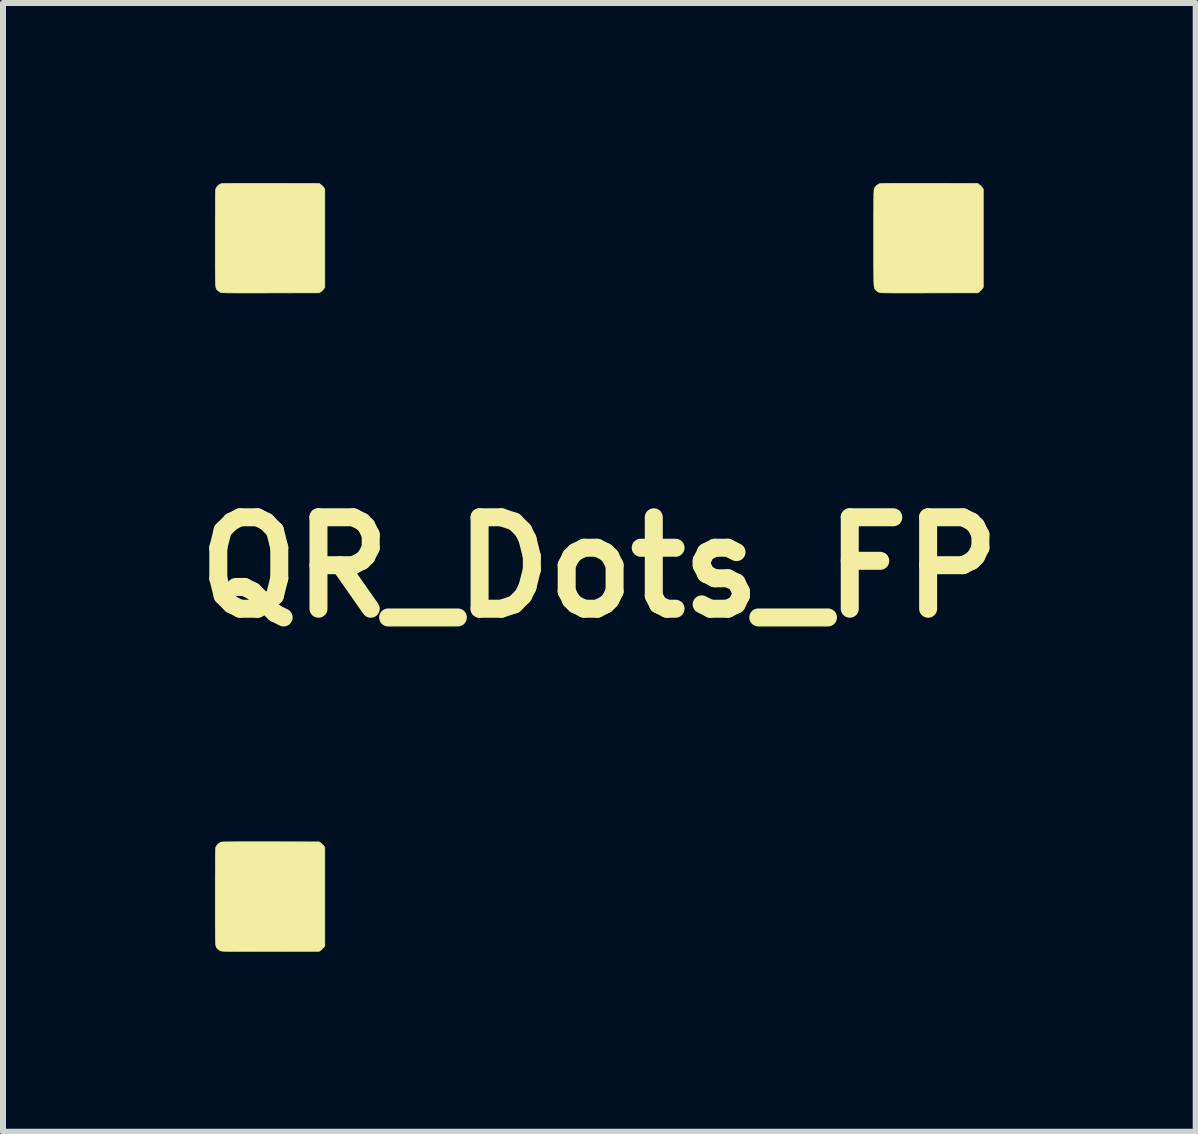
<source format=kicad_pcb>
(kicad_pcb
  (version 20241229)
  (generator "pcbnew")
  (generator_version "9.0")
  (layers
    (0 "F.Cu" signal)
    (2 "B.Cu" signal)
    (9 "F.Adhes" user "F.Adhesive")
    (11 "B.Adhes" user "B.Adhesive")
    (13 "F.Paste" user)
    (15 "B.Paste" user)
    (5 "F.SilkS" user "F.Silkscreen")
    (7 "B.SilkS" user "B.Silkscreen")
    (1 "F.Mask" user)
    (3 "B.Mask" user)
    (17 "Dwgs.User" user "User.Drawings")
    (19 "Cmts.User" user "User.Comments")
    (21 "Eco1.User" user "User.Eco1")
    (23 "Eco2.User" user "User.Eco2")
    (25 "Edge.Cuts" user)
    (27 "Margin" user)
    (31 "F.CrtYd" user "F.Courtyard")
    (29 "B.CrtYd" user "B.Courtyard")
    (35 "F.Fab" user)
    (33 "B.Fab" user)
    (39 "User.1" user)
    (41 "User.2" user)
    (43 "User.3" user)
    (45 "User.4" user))
  (footprint "QR_Dots_FP"
    (layer "F.Cu")
    (at 6.938 6.405)
    (property "Reference" "QR_Dots_FP" (at 0 0 0) (layer "F.SilkS") (effects (font (size 1.524 1.524) (thickness 0.3))))
    (attr through_hole)
    (fp_poly (pts (xy -5.674 -6.4) (xy -5.551 -6.4) (xy -5.473 -6.4) (xy -4.668 -6.398) (xy -4.641 -6.378) (xy -4.62 -6.361) (xy -4.6 -6.339) (xy -4.594 -6.332) (xy -4.575 -6.304) (xy -4.575 -4.668) (xy -4.594 -4.641) (xy -4.612 -4.62) (xy -4.633 -4.6) (xy -4.641 -4.594) (xy -4.668 -4.575) (xy -5.479 -4.574) (xy -5.597 -4.573) (xy -5.703 -4.573) (xy -5.798 -4.573) (xy -5.882 -4.573) (xy -5.956 -4.573) (xy -6.021 -4.573) (xy -6.077 -4.573) (xy -6.125 -4.574) (xy -6.166 -4.574) (xy -6.2 -4.574) (xy -6.228 -4.575) (xy -6.251 -4.576) (xy -6.269 -4.576) (xy -6.283 -4.577) (xy -6.293 -4.578) (xy -6.301 -4.58) (xy -6.307 -4.581) (xy -6.312 -4.583) (xy -6.315 -4.584) (xy -6.336 -4.597) (xy -6.357 -4.613) (xy -6.361 -4.617) (xy -6.367 -4.623) (xy -6.372 -4.628) (xy -6.376 -4.633) (xy -6.381 -4.639) (xy -6.384 -4.646) (xy -6.387 -4.654) (xy -6.39 -4.666) (xy -6.392 -4.68) (xy -6.394 -4.699) (xy -6.396 -4.722) (xy -6.397 -4.751) (xy -6.398 -4.785) (xy -6.399 -4.826) (xy -6.4 -4.874) (xy -6.4 -4.931) (xy -6.401 -4.995) (xy -6.401 -5.069) (xy -6.401 -5.154) (xy -6.401 -5.248) (xy -6.401 -5.354) (xy -6.401 -5.472) (xy -6.401 -5.488) (xy -6.401 -5.605) (xy -6.401 -5.711) (xy -6.401 -5.805) (xy -6.4 -5.889) (xy -6.4 -5.962) (xy -6.4 -6.027) (xy -6.4 -6.082) (xy -6.399 -6.13) (xy -6.399 -6.17) (xy -6.398 -6.204) (xy -6.398 -6.231) (xy -6.397 -6.253) (xy -6.396 -6.271) (xy -6.395 -6.285) (xy -6.394 -6.295) (xy -6.393 -6.303) (xy -6.391 -6.309) (xy -6.39 -6.313) (xy -6.389 -6.315) (xy -6.372 -6.341) (xy -6.349 -6.366) (xy -6.322 -6.385) (xy -6.301 -6.394) (xy -6.293 -6.395) (xy -6.276 -6.396) (xy -6.25 -6.397) (xy -6.214 -6.398) (xy -6.169 -6.399) (xy -6.114 -6.399) (xy -6.048 -6.4) (xy -5.971 -6.4) (xy -5.884 -6.4) (xy -5.785 -6.4) (xy -5.674 -6.4)) (stroke (width 0.01) (type solid)) (fill yes) (layer "F.SilkS"))
    (fp_poly (pts (xy -5.674 4.573) (xy -5.551 4.573) (xy -5.473 4.573) (xy -4.668 4.575) (xy -4.641 4.594) (xy -4.62 4.612) (xy -4.6 4.633) (xy -4.594 4.641) (xy -4.575 4.668) (xy -4.575 6.304) (xy -4.594 6.332) (xy -4.612 6.353) (xy -4.633 6.373) (xy -4.641 6.378) (xy -4.668 6.398) (xy -5.479 6.399) (xy -5.597 6.399) (xy -5.703 6.399) (xy -5.798 6.4) (xy -5.882 6.4) (xy -5.956 6.4) (xy -6.021 6.4) (xy -6.077 6.399) (xy -6.125 6.399) (xy -6.166 6.399) (xy -6.2 6.398) (xy -6.228 6.398) (xy -6.251 6.397) (xy -6.269 6.396) (xy -6.283 6.395) (xy -6.293 6.394) (xy -6.301 6.393) (xy -6.307 6.392) (xy -6.312 6.39) (xy -6.315 6.389) (xy -6.336 6.376) (xy -6.357 6.36) (xy -6.361 6.356) (xy -6.367 6.35) (xy -6.372 6.345) (xy -6.376 6.34) (xy -6.381 6.334) (xy -6.384 6.327) (xy -6.387 6.318) (xy -6.39 6.307) (xy -6.392 6.292) (xy -6.394 6.274) (xy -6.396 6.251) (xy -6.397 6.222) (xy -6.398 6.188) (xy -6.399 6.147) (xy -6.4 6.098) (xy -6.4 6.042) (xy -6.401 5.977) (xy -6.401 5.903) (xy -6.401 5.819) (xy -6.401 5.725) (xy -6.401 5.619) (xy -6.401 5.501) (xy -6.401 5.485) (xy -6.401 5.367) (xy -6.401 5.262) (xy -6.401 5.168) (xy -6.4 5.084) (xy -6.4 5.01) (xy -6.4 4.946) (xy -6.4 4.891) (xy -6.399 4.843) (xy -6.399 4.803) (xy -6.398 4.769) (xy -6.398 4.742) (xy -6.397 4.719) (xy -6.396 4.702) (xy -6.395 4.688) (xy -6.394 4.678) (xy -6.393 4.67) (xy -6.391 4.664) (xy -6.39 4.66) (xy -6.389 4.658) (xy -6.372 4.632) (xy -6.349 4.607) (xy -6.322 4.588) (xy -6.301 4.578) (xy -6.293 4.577) (xy -6.276 4.576) (xy -6.25 4.575) (xy -6.214 4.575) (xy -6.169 4.574) (xy -6.114 4.574) (xy -6.048 4.573) (xy -5.971 4.573) (xy -5.884 4.573) (xy -5.785 4.573) (xy -5.674 4.573)) (stroke (width 0.01) (type solid)) (fill yes) (layer "F.SilkS"))
    (fp_poly (pts (xy 5.299 -6.4) (xy 5.422 -6.4) (xy 5.5 -6.4) (xy 6.304 -6.398) (xy 6.332 -6.378) (xy 6.353 -6.361) (xy 6.373 -6.339) (xy 6.378 -6.332) (xy 6.398 -6.304) (xy 6.398 -4.668) (xy 6.378 -4.641) (xy 6.361 -4.62) (xy 6.339 -4.6) (xy 6.332 -4.594) (xy 6.304 -4.575) (xy 5.494 -4.574) (xy 5.376 -4.573) (xy 5.269 -4.573) (xy 5.175 -4.573) (xy 5.09 -4.573) (xy 5.016 -4.573) (xy 4.952 -4.573) (xy 4.896 -4.573) (xy 4.847 -4.574) (xy 4.807 -4.574) (xy 4.773 -4.574) (xy 4.745 -4.575) (xy 4.722 -4.576) (xy 4.704 -4.576) (xy 4.69 -4.577) (xy 4.679 -4.578) (xy 4.671 -4.58) (xy 4.666 -4.581) (xy 4.661 -4.583) (xy 4.658 -4.584) (xy 4.637 -4.597) (xy 4.616 -4.613) (xy 4.612 -4.617) (xy 4.606 -4.623) (xy 4.601 -4.628) (xy 4.596 -4.633) (xy 4.592 -4.639) (xy 4.589 -4.646) (xy 4.585 -4.654) (xy 4.583 -4.666) (xy 4.58 -4.68) (xy 4.578 -4.699) (xy 4.577 -4.722) (xy 4.575 -4.751) (xy 4.574 -4.785) (xy 4.574 -4.826) (xy 4.573 -4.874) (xy 4.573 -4.931) (xy 4.572 -4.995) (xy 4.572 -5.069) (xy 4.572 -5.154) (xy 4.572 -5.248) (xy 4.572 -5.354) (xy 4.572 -5.472) (xy 4.572 -5.488) (xy 4.572 -5.605) (xy 4.572 -5.711) (xy 4.572 -5.805) (xy 4.572 -5.889) (xy 4.573 -5.962) (xy 4.573 -6.027) (xy 4.573 -6.082) (xy 4.573 -6.13) (xy 4.574 -6.17) (xy 4.574 -6.204) (xy 4.575 -6.231) (xy 4.576 -6.253) (xy 4.577 -6.271) (xy 4.578 -6.285) (xy 4.579 -6.295) (xy 4.58 -6.303) (xy 4.581 -6.309) (xy 4.583 -6.313) (xy 4.584 -6.315) (xy 4.6 -6.341) (xy 4.624 -6.366) (xy 4.651 -6.385) (xy 4.672 -6.394) (xy 4.68 -6.395) (xy 4.697 -6.396) (xy 4.723 -6.397) (xy 4.759 -6.398) (xy 4.804 -6.399) (xy 4.859 -6.399) (xy 4.925 -6.4) (xy 5.001 -6.4) (xy 5.089 -6.4) (xy 5.188 -6.4) (xy 5.299 -6.4)) (stroke (width 0.01) (type solid)) (fill yes) (layer "F.SilkS")))
  (gr_rect
    (start -3 -3)
    (end 16.876 15.81)
    (stroke (width 0.1) (type default))
    (fill no)
    (layer "Edge.Cuts")))
</source>
